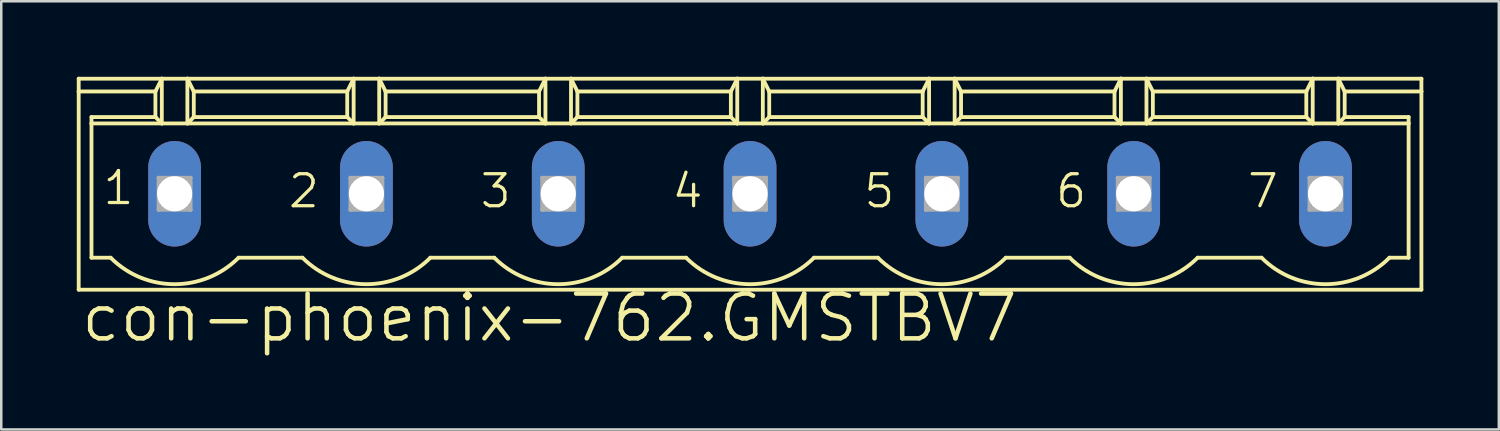
<source format=kicad_pcb>
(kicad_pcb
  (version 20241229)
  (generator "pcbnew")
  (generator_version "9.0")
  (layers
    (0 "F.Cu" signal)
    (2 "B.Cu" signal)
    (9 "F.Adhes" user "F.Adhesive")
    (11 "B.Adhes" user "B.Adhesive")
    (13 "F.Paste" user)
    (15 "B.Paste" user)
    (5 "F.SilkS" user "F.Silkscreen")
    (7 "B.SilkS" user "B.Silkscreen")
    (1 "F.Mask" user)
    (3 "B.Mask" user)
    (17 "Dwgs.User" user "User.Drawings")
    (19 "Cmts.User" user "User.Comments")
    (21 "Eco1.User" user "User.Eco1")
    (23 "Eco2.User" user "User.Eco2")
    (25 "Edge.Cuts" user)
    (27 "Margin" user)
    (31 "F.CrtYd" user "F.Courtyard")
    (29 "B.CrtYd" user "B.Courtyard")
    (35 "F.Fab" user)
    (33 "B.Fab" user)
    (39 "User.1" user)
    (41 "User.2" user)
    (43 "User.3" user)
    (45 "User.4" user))
  (footprint "con-phoenix-762.GMSTBV7"
    (layer "F.Cu")
    (at 26.746 4.648)
    (property "Reference" "con-phoenix-762.GMSTBV7" (at -26.67 5.969 0) (layer "F.SilkS") (effects (font (size 1.778 1.778) (thickness 0.18)) (justify left bottom)))
    (attr through_hole)
    (fp_line (start -26.67 -4.572) (end -23.368 -4.572) (stroke (width 0.152) (type default)) (layer "F.SilkS"))
    (fp_line (start -26.67 -4.064) (end -26.67 -4.572) (stroke (width 0.152) (type default)) (layer "F.SilkS"))
    (fp_line (start -26.67 -4.064) (end -23.622 -4.064) (stroke (width 0.152) (type default)) (layer "F.SilkS"))
    (fp_line (start -26.67 3.81) (end -26.67 -4.064) (stroke (width 0.152) (type default)) (layer "F.SilkS"))
    (fp_line (start -26.162 -3.048) (end -23.622 -3.048) (stroke (width 0.152) (type default)) (layer "F.SilkS"))
    (fp_line (start -26.162 -2.794) (end -26.162 -3.048) (stroke (width 0.152) (type default)) (layer "F.SilkS"))
    (fp_line (start -26.162 -2.794) (end -23.368 -2.794) (stroke (width 0.152) (type default)) (layer "F.SilkS"))
    (fp_line (start -26.162 2.54) (end -26.162 -2.794) (stroke (width 0.152) (type default)) (layer "F.SilkS"))
    (fp_line (start -25.4 2.54) (end -26.162 2.54) (stroke (width 0.152) (type default)) (layer "F.SilkS"))
    (fp_line (start -23.622 -4.064) (end -23.368 -4.572) (stroke (width 0.152) (type default)) (layer "F.SilkS"))
    (fp_line (start -23.622 -3.048) (end -23.622 -4.064) (stroke (width 0.152) (type default)) (layer "F.SilkS"))
    (fp_line (start -23.622 -3.048) (end -23.368 -2.794) (stroke (width 0.152) (type default)) (layer "F.SilkS"))
    (fp_line (start -23.368 -4.572) (end -22.352 -4.572) (stroke (width 0.152) (type default)) (layer "F.SilkS"))
    (fp_line (start -23.368 -2.794) (end -23.368 -4.572) (stroke (width 0.152) (type default)) (layer "F.SilkS"))
    (fp_line (start -23.368 -2.794) (end -22.352 -2.794) (stroke (width 0.152) (type default)) (layer "F.SilkS"))
    (fp_line (start -22.352 -4.572) (end -22.098 -4.064) (stroke (width 0.152) (type default)) (layer "F.SilkS"))
    (fp_line (start -22.352 -4.572) (end -15.748 -4.572) (stroke (width 0.152) (type default)) (layer "F.SilkS"))
    (fp_line (start -22.352 -2.794) (end -22.352 -4.572) (stroke (width 0.152) (type default)) (layer "F.SilkS"))
    (fp_line (start -22.352 -2.794) (end -15.748 -2.794) (stroke (width 0.152) (type default)) (layer "F.SilkS"))
    (fp_line (start -22.098 -4.064) (end -22.098 -3.048) (stroke (width 0.152) (type default)) (layer "F.SilkS"))
    (fp_line (start -22.098 -4.064) (end -16.002 -4.064) (stroke (width 0.152) (type default)) (layer "F.SilkS"))
    (fp_line (start -22.098 -3.048) (end -22.352 -2.794) (stroke (width 0.152) (type default)) (layer "F.SilkS"))
    (fp_line (start -17.78 2.54) (end -20.32 2.54) (stroke (width 0.152) (type default)) (layer "F.SilkS"))
    (fp_line (start -16.002 -4.064) (end -16.002 -3.048) (stroke (width 0.152) (type default)) (layer "F.SilkS"))
    (fp_line (start -16.002 -4.064) (end -15.748 -4.572) (stroke (width 0.152) (type default)) (layer "F.SilkS"))
    (fp_line (start -16.002 -3.048) (end -22.098 -3.048) (stroke (width 0.152) (type default)) (layer "F.SilkS"))
    (fp_line (start -16.002 -3.048) (end -15.748 -2.794) (stroke (width 0.152) (type default)) (layer "F.SilkS"))
    (fp_line (start -15.748 -4.572) (end -14.732 -4.572) (stroke (width 0.152) (type default)) (layer "F.SilkS"))
    (fp_line (start -15.748 -2.794) (end -15.748 -4.572) (stroke (width 0.152) (type default)) (layer "F.SilkS"))
    (fp_line (start -15.748 -2.794) (end -14.732 -2.794) (stroke (width 0.152) (type default)) (layer "F.SilkS"))
    (fp_line (start -14.732 -4.572) (end -14.478 -4.064) (stroke (width 0.152) (type default)) (layer "F.SilkS"))
    (fp_line (start -14.732 -4.572) (end -8.128 -4.572) (stroke (width 0.152) (type default)) (layer "F.SilkS"))
    (fp_line (start -14.732 -2.794) (end -14.732 -4.572) (stroke (width 0.152) (type default)) (layer "F.SilkS"))
    (fp_line (start -14.732 -2.794) (end -8.128 -2.794) (stroke (width 0.152) (type default)) (layer "F.SilkS"))
    (fp_line (start -14.478 -4.064) (end -14.478 -3.048) (stroke (width 0.152) (type default)) (layer "F.SilkS"))
    (fp_line (start -14.478 -4.064) (end -8.382 -4.064) (stroke (width 0.152) (type default)) (layer "F.SilkS"))
    (fp_line (start -14.478 -3.048) (end -14.732 -2.794) (stroke (width 0.152) (type default)) (layer "F.SilkS"))
    (fp_line (start -14.478 -3.048) (end -8.382 -3.048) (stroke (width 0.152) (type default)) (layer "F.SilkS"))
    (fp_line (start -10.16 2.54) (end -12.7 2.54) (stroke (width 0.152) (type default)) (layer "F.SilkS"))
    (fp_line (start -8.382 -4.064) (end -8.128 -4.572) (stroke (width 0.152) (type default)) (layer "F.SilkS"))
    (fp_line (start -8.382 -3.048) (end -8.382 -4.064) (stroke (width 0.152) (type default)) (layer "F.SilkS"))
    (fp_line (start -8.382 -3.048) (end -8.128 -2.794) (stroke (width 0.152) (type default)) (layer "F.SilkS"))
    (fp_line (start -8.128 -4.572) (end -7.112 -4.572) (stroke (width 0.152) (type default)) (layer "F.SilkS"))
    (fp_line (start -8.128 -2.794) (end -8.128 -4.572) (stroke (width 0.152) (type default)) (layer "F.SilkS"))
    (fp_line (start -8.128 -2.794) (end -7.112 -2.794) (stroke (width 0.152) (type default)) (layer "F.SilkS"))
    (fp_line (start -7.112 -4.572) (end -6.858 -4.064) (stroke (width 0.152) (type default)) (layer "F.SilkS"))
    (fp_line (start -7.112 -4.572) (end -0.508 -4.572) (stroke (width 0.152) (type default)) (layer "F.SilkS"))
    (fp_line (start -7.112 -2.794) (end -7.112 -4.572) (stroke (width 0.152) (type default)) (layer "F.SilkS"))
    (fp_line (start -7.112 -2.794) (end -0.508 -2.794) (stroke (width 0.152) (type default)) (layer "F.SilkS"))
    (fp_line (start -6.858 -4.064) (end -6.858 -3.048) (stroke (width 0.152) (type default)) (layer "F.SilkS"))
    (fp_line (start -6.858 -4.064) (end -0.762 -4.064) (stroke (width 0.152) (type default)) (layer "F.SilkS"))
    (fp_line (start -6.858 -3.048) (end -7.112 -2.794) (stroke (width 0.152) (type default)) (layer "F.SilkS"))
    (fp_line (start -2.54 2.54) (end -5.08 2.54) (stroke (width 0.152) (type default)) (layer "F.SilkS"))
    (fp_line (start -0.762 -4.064) (end -0.762 -3.048) (stroke (width 0.152) (type default)) (layer "F.SilkS"))
    (fp_line (start -0.762 -4.064) (end -0.508 -4.572) (stroke (width 0.152) (type default)) (layer "F.SilkS"))
    (fp_line (start -0.762 -3.048) (end -6.858 -3.048) (stroke (width 0.152) (type default)) (layer "F.SilkS"))
    (fp_line (start -0.762 -3.048) (end -0.508 -2.794) (stroke (width 0.152) (type default)) (layer "F.SilkS"))
    (fp_line (start -0.508 -4.572) (end 0.508 -4.572) (stroke (width 0.152) (type default)) (layer "F.SilkS"))
    (fp_line (start -0.508 -2.794) (end -0.508 -4.572) (stroke (width 0.152) (type default)) (layer "F.SilkS"))
    (fp_line (start -0.508 -2.794) (end 0.508 -2.794) (stroke (width 0.152) (type default)) (layer "F.SilkS"))
    (fp_line (start 0.508 -4.572) (end 0.762 -4.064) (stroke (width 0.152) (type default)) (layer "F.SilkS"))
    (fp_line (start 0.508 -4.572) (end 7.112 -4.572) (stroke (width 0.152) (type default)) (layer "F.SilkS"))
    (fp_line (start 0.508 -2.794) (end 0.508 -4.572) (stroke (width 0.152) (type default)) (layer "F.SilkS"))
    (fp_line (start 0.508 -2.794) (end 7.112 -2.794) (stroke (width 0.152) (type default)) (layer "F.SilkS"))
    (fp_line (start 0.762 -4.064) (end 0.762 -3.048) (stroke (width 0.152) (type default)) (layer "F.SilkS"))
    (fp_line (start 0.762 -4.064) (end 6.858 -4.064) (stroke (width 0.152) (type default)) (layer "F.SilkS"))
    (fp_line (start 0.762 -3.048) (end 0.508 -2.794) (stroke (width 0.152) (type default)) (layer "F.SilkS"))
    (fp_line (start 0.762 -3.048) (end 6.858 -3.048) (stroke (width 0.152) (type default)) (layer "F.SilkS"))
    (fp_line (start 5.08 2.54) (end 2.54 2.54) (stroke (width 0.152) (type default)) (layer "F.SilkS"))
    (fp_line (start 6.858 -4.064) (end 6.858 -3.048) (stroke (width 0.152) (type default)) (layer "F.SilkS"))
    (fp_line (start 6.858 -4.064) (end 7.112 -4.572) (stroke (width 0.152) (type default)) (layer "F.SilkS"))
    (fp_line (start 6.858 -3.048) (end 7.112 -2.794) (stroke (width 0.152) (type default)) (layer "F.SilkS"))
    (fp_line (start 7.112 -4.572) (end 8.128 -4.572) (stroke (width 0.152) (type default)) (layer "F.SilkS"))
    (fp_line (start 7.112 -2.794) (end 7.112 -4.572) (stroke (width 0.152) (type default)) (layer "F.SilkS"))
    (fp_line (start 7.112 -2.794) (end 8.128 -2.794) (stroke (width 0.152) (type default)) (layer "F.SilkS"))
    (fp_line (start 8.128 -4.572) (end 8.382 -4.064) (stroke (width 0.152) (type default)) (layer "F.SilkS"))
    (fp_line (start 8.128 -4.572) (end 14.732 -4.572) (stroke (width 0.152) (type default)) (layer "F.SilkS"))
    (fp_line (start 8.128 -2.794) (end 8.128 -4.572) (stroke (width 0.152) (type default)) (layer "F.SilkS"))
    (fp_line (start 8.128 -2.794) (end 14.732 -2.794) (stroke (width 0.152) (type default)) (layer "F.SilkS"))
    (fp_line (start 8.382 -4.064) (end 8.382 -3.048) (stroke (width 0.152) (type default)) (layer "F.SilkS"))
    (fp_line (start 8.382 -4.064) (end 14.478 -4.064) (stroke (width 0.152) (type default)) (layer "F.SilkS"))
    (fp_line (start 8.382 -3.048) (end 8.128 -2.794) (stroke (width 0.152) (type default)) (layer "F.SilkS"))
    (fp_line (start 8.382 -3.048) (end 14.478 -3.048) (stroke (width 0.152) (type default)) (layer "F.SilkS"))
    (fp_line (start 12.7 2.54) (end 10.16 2.54) (stroke (width 0.152) (type default)) (layer "F.SilkS"))
    (fp_line (start 14.478 -4.064) (end 14.478 -3.048) (stroke (width 0.152) (type default)) (layer "F.SilkS"))
    (fp_line (start 14.478 -4.064) (end 14.732 -4.572) (stroke (width 0.152) (type default)) (layer "F.SilkS"))
    (fp_line (start 14.478 -3.048) (end 14.732 -2.794) (stroke (width 0.152) (type default)) (layer "F.SilkS"))
    (fp_line (start 14.732 -4.572) (end 15.748 -4.572) (stroke (width 0.152) (type default)) (layer "F.SilkS"))
    (fp_line (start 14.732 -2.794) (end 14.732 -4.572) (stroke (width 0.152) (type default)) (layer "F.SilkS"))
    (fp_line (start 14.732 -2.794) (end 15.748 -2.794) (stroke (width 0.152) (type default)) (layer "F.SilkS"))
    (fp_line (start 15.748 -4.572) (end 16.002 -4.064) (stroke (width 0.152) (type default)) (layer "F.SilkS"))
    (fp_line (start 15.748 -4.572) (end 22.352 -4.572) (stroke (width 0.152) (type default)) (layer "F.SilkS"))
    (fp_line (start 15.748 -2.794) (end 15.748 -4.572) (stroke (width 0.152) (type default)) (layer "F.SilkS"))
    (fp_line (start 15.748 -2.794) (end 22.352 -2.794) (stroke (width 0.152) (type default)) (layer "F.SilkS"))
    (fp_line (start 16.002 -4.064) (end 16.002 -3.048) (stroke (width 0.152) (type default)) (layer "F.SilkS"))
    (fp_line (start 16.002 -4.064) (end 22.098 -4.064) (stroke (width 0.152) (type default)) (layer "F.SilkS"))
    (fp_line (start 16.002 -3.048) (end 15.748 -2.794) (stroke (width 0.152) (type default)) (layer "F.SilkS"))
    (fp_line (start 16.002 -3.048) (end 22.098 -3.048) (stroke (width 0.152) (type default)) (layer "F.SilkS"))
    (fp_line (start 20.32 2.54) (end 17.78 2.54) (stroke (width 0.152) (type default)) (layer "F.SilkS"))
    (fp_line (start 22.098 -4.064) (end 22.098 -3.048) (stroke (width 0.152) (type default)) (layer "F.SilkS"))
    (fp_line (start 22.098 -4.064) (end 22.352 -4.572) (stroke (width 0.152) (type default)) (layer "F.SilkS"))
    (fp_line (start 22.098 -3.048) (end 22.352 -2.794) (stroke (width 0.152) (type default)) (layer "F.SilkS"))
    (fp_line (start 22.352 -4.572) (end 23.368 -4.572) (stroke (width 0.152) (type default)) (layer "F.SilkS"))
    (fp_line (start 22.352 -2.794) (end 22.352 -4.572) (stroke (width 0.152) (type default)) (layer "F.SilkS"))
    (fp_line (start 22.352 -2.794) (end 23.368 -2.794) (stroke (width 0.152) (type default)) (layer "F.SilkS"))
    (fp_line (start 23.368 -4.572) (end 23.622 -4.064) (stroke (width 0.152) (type default)) (layer "F.SilkS"))
    (fp_line (start 23.368 -4.572) (end 26.67 -4.572) (stroke (width 0.152) (type default)) (layer "F.SilkS"))
    (fp_line (start 23.368 -2.794) (end 23.368 -4.572) (stroke (width 0.152) (type default)) (layer "F.SilkS"))
    (fp_line (start 23.368 -2.794) (end 26.162 -2.794) (stroke (width 0.152) (type default)) (layer "F.SilkS"))
    (fp_line (start 23.622 -4.064) (end 23.622 -3.048) (stroke (width 0.152) (type default)) (layer "F.SilkS"))
    (fp_line (start 23.622 -4.064) (end 26.67 -4.064) (stroke (width 0.152) (type default)) (layer "F.SilkS"))
    (fp_line (start 23.622 -3.048) (end 23.368 -2.794) (stroke (width 0.152) (type default)) (layer "F.SilkS"))
    (fp_line (start 23.622 -3.048) (end 26.162 -3.048) (stroke (width 0.152) (type default)) (layer "F.SilkS"))
    (fp_line (start 26.162 -3.048) (end 26.162 -2.794) (stroke (width 0.152) (type default)) (layer "F.SilkS"))
    (fp_line (start 26.162 -2.794) (end 26.162 2.54) (stroke (width 0.152) (type default)) (layer "F.SilkS"))
    (fp_line (start 26.162 2.54) (end 25.4 2.54) (stroke (width 0.152) (type default)) (layer "F.SilkS"))
    (fp_line (start 26.67 -4.064) (end 26.67 -4.572) (stroke (width 0.152) (type default)) (layer "F.SilkS"))
    (fp_line (start 26.67 3.81) (end -26.67 3.81) (stroke (width 0.152) (type default)) (layer "F.SilkS"))
    (fp_line (start 26.67 3.81) (end 26.67 -4.064) (stroke (width 0.152) (type default)) (layer "F.SilkS"))
    (fp_arc (start -20.32 2.54) (mid -22.86 3.592102) (end -25.4 2.54) (stroke (width 0.1524) (type default)) (layer "F.SilkS"))
    (fp_arc (start -12.7 2.54) (mid -15.24 3.592102) (end -17.78 2.54) (stroke (width 0.1524) (type default)) (layer "F.SilkS"))
    (fp_arc (start -5.08 2.54) (mid -7.62 3.592102) (end -10.16 2.54) (stroke (width 0.1524) (type default)) (layer "F.SilkS"))
    (fp_arc (start 2.54 2.54) (mid 0 3.592102) (end -2.54 2.54) (stroke (width 0.1524) (type default)) (layer "F.SilkS"))
    (fp_arc (start 10.16 2.54) (mid 7.62 3.592102) (end 5.08 2.54) (stroke (width 0.1524) (type default)) (layer "F.SilkS"))
    (fp_arc (start 17.78 2.54) (mid 15.24 3.592102) (end 12.7 2.54) (stroke (width 0.1524) (type default)) (layer "F.SilkS"))
    (fp_arc (start 25.4 2.54) (mid 22.86 3.592102) (end 20.32 2.54) (stroke (width 0.1524) (type default)) (layer "F.SilkS"))
    (fp_line (start -23.495 -0.635) (end -23.495 0.635) (stroke (width 0.152) (type default)) (layer "F.Fab"))
    (fp_line (start -23.495 -0.635) (end -22.225 0.635) (stroke (width 0.152) (type default)) (layer "F.Fab"))
    (fp_line (start -23.495 0.635) (end -22.225 -0.635) (stroke (width 0.152) (type default)) (layer "F.Fab"))
    (fp_line (start -23.495 0.635) (end -22.225 0.635) (stroke (width 0.152) (type default)) (layer "F.Fab"))
    (fp_line (start -22.225 -0.635) (end -23.495 -0.635) (stroke (width 0.152) (type default)) (layer "F.Fab"))
    (fp_line (start -22.225 0.635) (end -22.225 -0.635) (stroke (width 0.152) (type default)) (layer "F.Fab"))
    (fp_line (start -15.875 -0.635) (end -15.875 0.635) (stroke (width 0.152) (type default)) (layer "F.Fab"))
    (fp_line (start -15.875 -0.635) (end -14.605 0.635) (stroke (width 0.152) (type default)) (layer "F.Fab"))
    (fp_line (start -15.875 0.635) (end -14.605 -0.635) (stroke (width 0.152) (type default)) (layer "F.Fab"))
    (fp_line (start -15.875 0.635) (end -14.605 0.635) (stroke (width 0.152) (type default)) (layer "F.Fab"))
    (fp_line (start -14.605 -0.635) (end -15.875 -0.635) (stroke (width 0.152) (type default)) (layer "F.Fab"))
    (fp_line (start -14.605 0.635) (end -14.605 -0.635) (stroke (width 0.152) (type default)) (layer "F.Fab"))
    (fp_line (start -8.255 -0.635) (end -8.255 0.635) (stroke (width 0.152) (type default)) (layer "F.Fab"))
    (fp_line (start -8.255 -0.635) (end -6.985 0.635) (stroke (width 0.152) (type default)) (layer "F.Fab"))
    (fp_line (start -8.255 0.635) (end -6.985 -0.635) (stroke (width 0.152) (type default)) (layer "F.Fab"))
    (fp_line (start -8.255 0.635) (end -6.985 0.635) (stroke (width 0.152) (type default)) (layer "F.Fab"))
    (fp_line (start -6.985 -0.635) (end -8.255 -0.635) (stroke (width 0.152) (type default)) (layer "F.Fab"))
    (fp_line (start -6.985 0.635) (end -6.985 -0.635) (stroke (width 0.152) (type default)) (layer "F.Fab"))
    (fp_line (start -0.635 -0.635) (end -0.635 0.635) (stroke (width 0.152) (type default)) (layer "F.Fab"))
    (fp_line (start -0.635 -0.635) (end 0.635 0.635) (stroke (width 0.152) (type default)) (layer "F.Fab"))
    (fp_line (start -0.635 0.635) (end 0.635 -0.635) (stroke (width 0.152) (type default)) (layer "F.Fab"))
    (fp_line (start -0.635 0.635) (end 0.635 0.635) (stroke (width 0.152) (type default)) (layer "F.Fab"))
    (fp_line (start 0.635 -0.635) (end -0.635 -0.635) (stroke (width 0.152) (type default)) (layer "F.Fab"))
    (fp_line (start 0.635 0.635) (end 0.635 -0.635) (stroke (width 0.152) (type default)) (layer "F.Fab"))
    (fp_line (start 6.985 -0.635) (end 6.985 0.635) (stroke (width 0.152) (type default)) (layer "F.Fab"))
    (fp_line (start 6.985 -0.635) (end 8.255 0.635) (stroke (width 0.152) (type default)) (layer "F.Fab"))
    (fp_line (start 6.985 0.635) (end 8.255 -0.635) (stroke (width 0.152) (type default)) (layer "F.Fab"))
    (fp_line (start 6.985 0.635) (end 8.255 0.635) (stroke (width 0.152) (type default)) (layer "F.Fab"))
    (fp_line (start 8.255 -0.635) (end 6.985 -0.635) (stroke (width 0.152) (type default)) (layer "F.Fab"))
    (fp_line (start 8.255 0.635) (end 8.255 -0.635) (stroke (width 0.152) (type default)) (layer "F.Fab"))
    (fp_line (start 14.605 -0.635) (end 14.605 0.635) (stroke (width 0.152) (type default)) (layer "F.Fab"))
    (fp_line (start 14.605 -0.635) (end 15.875 0.635) (stroke (width 0.152) (type default)) (layer "F.Fab"))
    (fp_line (start 14.605 0.635) (end 15.875 -0.635) (stroke (width 0.152) (type default)) (layer "F.Fab"))
    (fp_line (start 14.605 0.635) (end 15.875 0.635) (stroke (width 0.152) (type default)) (layer "F.Fab"))
    (fp_line (start 15.875 -0.635) (end 14.605 -0.635) (stroke (width 0.152) (type default)) (layer "F.Fab"))
    (fp_line (start 15.875 0.635) (end 15.875 -0.635) (stroke (width 0.152) (type default)) (layer "F.Fab"))
    (fp_line (start 22.225 -0.635) (end 22.225 0.635) (stroke (width 0.152) (type default)) (layer "F.Fab"))
    (fp_line (start 22.225 -0.635) (end 23.495 0.635) (stroke (width 0.152) (type default)) (layer "F.Fab"))
    (fp_line (start 22.225 0.635) (end 23.495 -0.635) (stroke (width 0.152) (type default)) (layer "F.Fab"))
    (fp_line (start 22.225 0.635) (end 23.495 0.635) (stroke (width 0.152) (type default)) (layer "F.Fab"))
    (fp_line (start 23.495 -0.635) (end 22.225 -0.635) (stroke (width 0.152) (type default)) (layer "F.Fab"))
    (fp_line (start 23.495 0.635) (end 23.495 -0.635) (stroke (width 0.152) (type default)) (layer "F.Fab"))
    (fp_text user "7" (at 19.685 0.635 0) (layer "F.SilkS") (effects (font (size 1.27 1.27) (thickness 0.13)) (justify left bottom)))
    (fp_text user "4" (at -3.175 0.635 0) (layer "F.SilkS") (effects (font (size 1.27 1.27) (thickness 0.13)) (justify left bottom)))
    (fp_text user "3" (at -10.795 0.635 0) (layer "F.SilkS") (effects (font (size 1.27 1.27) (thickness 0.13)) (justify left bottom)))
    (fp_text user "5" (at 4.445 0.635 0) (layer "F.SilkS") (effects (font (size 1.27 1.27) (thickness 0.13)) (justify left bottom)))
    (fp_text user "2" (at -18.415 0.635 0) (layer "F.SilkS") (effects (font (size 1.27 1.27) (thickness 0.13)) (justify left bottom)))
    (fp_text user "1" (at -25.781 0.508 0) (layer "F.SilkS") (effects (font (size 1.27 1.27) (thickness 0.13)) (justify left bottom)))
    (fp_text user "6" (at 12.065 0.635 0) (layer "F.SilkS") (effects (font (size 1.27 1.27) (thickness 0.13)) (justify left bottom)))
    (pad "1" thru_hole oval (at -22.86 0 90) (size 4.191 2.095) (drill 1.397) (layers "*.Cu" "*.Mask"))
    (pad "2" thru_hole oval (at -15.24 0 90) (size 4.191 2.095) (drill 1.397) (layers "*.Cu" "*.Mask"))
    (pad "3" thru_hole oval (at -7.62 0 90) (size 4.191 2.095) (drill 1.397) (layers "*.Cu" "*.Mask"))
    (pad "4" thru_hole oval (at 0 0 90) (size 4.191 2.095) (drill 1.397) (layers "*.Cu" "*.Mask"))
    (pad "5" thru_hole oval (at 7.62 0 90) (size 4.191 2.095) (drill 1.397) (layers "*.Cu" "*.Mask"))
    (pad "6" thru_hole oval (at 15.24 0 90) (size 4.191 2.095) (drill 1.397) (layers "*.Cu" "*.Mask"))
    (pad "7" thru_hole oval (at 22.86 0 90) (size 4.191 2.095) (drill 1.397) (layers "*.Cu" "*.Mask")))
  (gr_rect
    (start -3 -3)
    (end 56.492 14.011)
    (stroke (width 0.1) (type default))
    (fill no)
    (layer "Edge.Cuts")))
</source>
